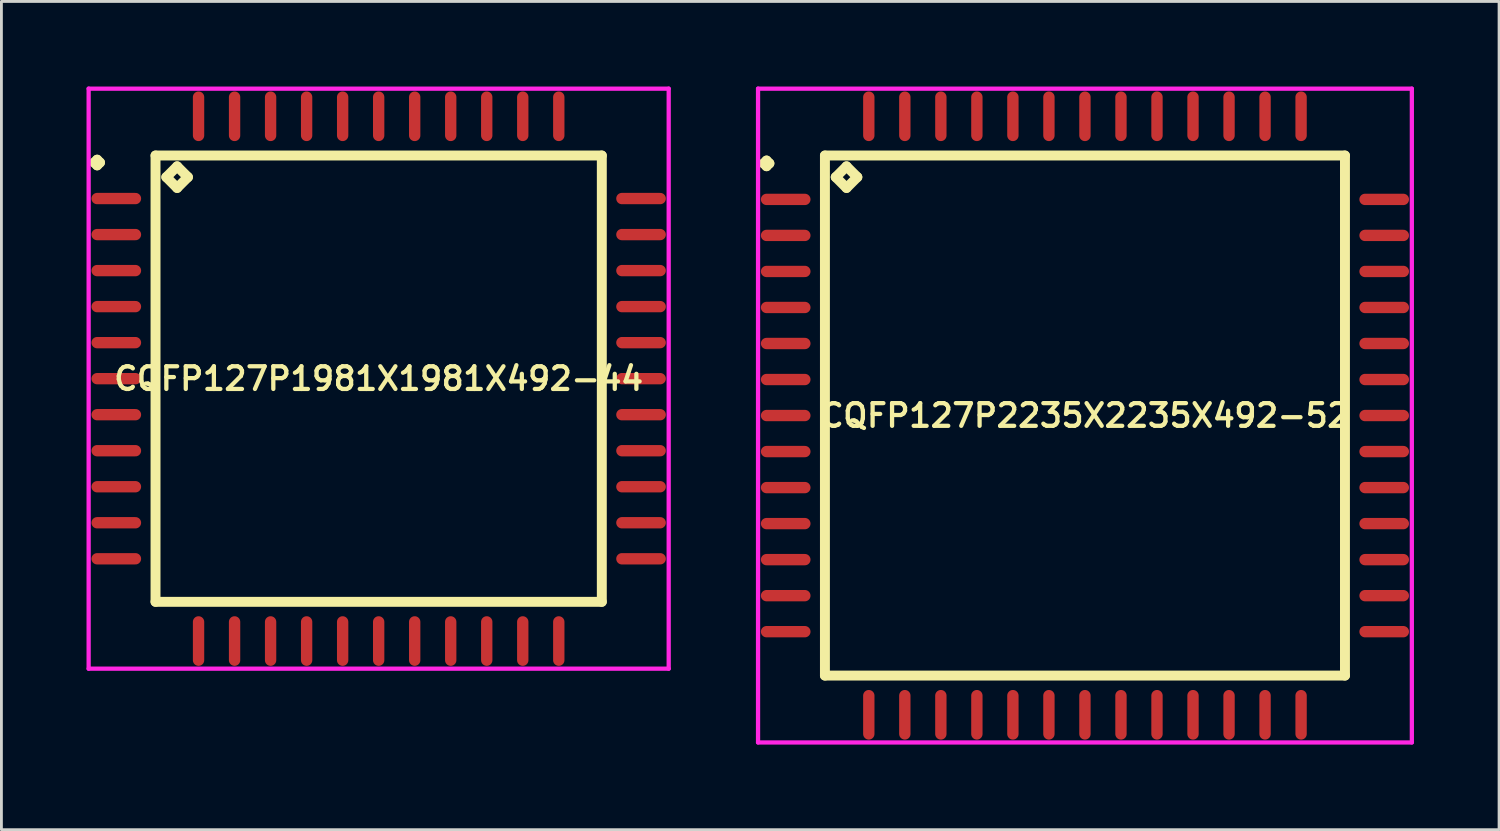
<source format=kicad_pcb>
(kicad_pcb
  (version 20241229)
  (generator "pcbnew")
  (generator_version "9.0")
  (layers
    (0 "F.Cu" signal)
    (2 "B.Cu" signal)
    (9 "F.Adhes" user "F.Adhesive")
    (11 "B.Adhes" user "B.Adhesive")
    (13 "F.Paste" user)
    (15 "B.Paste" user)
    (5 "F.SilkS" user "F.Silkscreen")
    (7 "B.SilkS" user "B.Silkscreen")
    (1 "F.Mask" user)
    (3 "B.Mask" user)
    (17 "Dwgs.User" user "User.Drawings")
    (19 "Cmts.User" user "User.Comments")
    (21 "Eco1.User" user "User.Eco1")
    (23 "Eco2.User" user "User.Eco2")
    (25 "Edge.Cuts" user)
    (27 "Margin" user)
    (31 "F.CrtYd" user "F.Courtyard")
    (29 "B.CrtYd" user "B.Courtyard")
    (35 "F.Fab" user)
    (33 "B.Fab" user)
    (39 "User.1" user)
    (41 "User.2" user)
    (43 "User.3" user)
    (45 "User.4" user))
  (footprint "CQFP127P2235X2235X492-52"
    (layer "F.Cu")
    (at 35.2 11.6)
    (property "Reference" "CQFP127P2235X2235X492-52" (at 0 0 0) (layer "F.SilkS") (effects (font (size 0.8 0.8) (thickness 0.15))))
    (attr smd)
    (fp_line (start -11.325 -8.89) (end -11.225 -8.99) (stroke (width 0.35) (type solid)) (layer "F.SilkS"))
    (fp_line (start -11.225 -8.99) (end -11.125 -8.89) (stroke (width 0.35) (type solid)) (layer "F.SilkS"))
    (fp_line (start -11.225 -8.79) (end -11.325 -8.89) (stroke (width 0.35) (type solid)) (layer "F.SilkS"))
    (fp_line (start -11.125 -8.89) (end -11.225 -8.79) (stroke (width 0.35) (type solid)) (layer "F.SilkS"))
    (fp_line (start -9.167 -9.167) (end -9.167 9.167) (stroke (width 0.35) (type solid)) (layer "F.SilkS"))
    (fp_line (start -9.167 9.167) (end 9.167 9.167) (stroke (width 0.35) (type solid)) (layer "F.SilkS"))
    (fp_line (start -8.786 -8.405) (end -8.405 -8.786) (stroke (width 0.35) (type solid)) (layer "F.SilkS"))
    (fp_line (start -8.405 -8.786) (end -8.024 -8.405) (stroke (width 0.35) (type solid)) (layer "F.SilkS"))
    (fp_line (start -8.405 -8.024) (end -8.786 -8.405) (stroke (width 0.35) (type solid)) (layer "F.SilkS"))
    (fp_line (start -8.024 -8.405) (end -8.405 -8.024) (stroke (width 0.35) (type solid)) (layer "F.SilkS"))
    (fp_line (start 9.167 -9.167) (end -9.167 -9.167) (stroke (width 0.35) (type solid)) (layer "F.SilkS"))
    (fp_line (start 9.167 9.167) (end 9.167 -9.167) (stroke (width 0.35) (type solid)) (layer "F.SilkS"))
    (fp_line (start -11.525 -11.525) (end 11.525 -11.525) (stroke (width 0.15) (type solid)) (layer "F.CrtYd"))
    (fp_line (start -11.525 11.525) (end -11.525 -11.525) (stroke (width 0.15) (type solid)) (layer "F.CrtYd"))
    (fp_line (start 11.525 -11.525) (end 11.525 11.525) (stroke (width 0.15) (type solid)) (layer "F.CrtYd"))
    (fp_line (start 11.525 11.525) (end -11.525 11.525) (stroke (width 0.15) (type solid)) (layer "F.CrtYd"))
    (pad "1" smd oval (at -10.55 -7.62) (size 1.75 0.4) (layers "F.Cu" "F.Mask" "F.Paste"))
    (pad "2" smd oval (at -10.55 -6.35) (size 1.75 0.4) (layers "F.Cu" "F.Mask" "F.Paste"))
    (pad "3" smd oval (at -10.55 -5.08) (size 1.75 0.4) (layers "F.Cu" "F.Mask" "F.Paste"))
    (pad "4" smd oval (at -10.55 -3.81) (size 1.75 0.4) (layers "F.Cu" "F.Mask" "F.Paste"))
    (pad "5" smd oval (at -10.55 -2.54) (size 1.75 0.4) (layers "F.Cu" "F.Mask" "F.Paste"))
    (pad "6" smd oval (at -10.55 -1.27) (size 1.75 0.4) (layers "F.Cu" "F.Mask" "F.Paste"))
    (pad "7" smd oval (at -10.55 0) (size 1.75 0.4) (layers "F.Cu" "F.Mask" "F.Paste"))
    (pad "8" smd oval (at -10.55 1.27) (size 1.75 0.4) (layers "F.Cu" "F.Mask" "F.Paste"))
    (pad "9" smd oval (at -10.55 2.54) (size 1.75 0.4) (layers "F.Cu" "F.Mask" "F.Paste"))
    (pad "10" smd oval (at -10.55 3.81) (size 1.75 0.4) (layers "F.Cu" "F.Mask" "F.Paste"))
    (pad "11" smd oval (at -10.55 5.08) (size 1.75 0.4) (layers "F.Cu" "F.Mask" "F.Paste"))
    (pad "12" smd oval (at -10.55 6.35) (size 1.75 0.4) (layers "F.Cu" "F.Mask" "F.Paste"))
    (pad "13" smd oval (at -10.55 7.62) (size 1.75 0.4) (layers "F.Cu" "F.Mask" "F.Paste"))
    (pad "14" smd oval (at -7.62 10.55) (size 0.4 1.75) (layers "F.Cu" "F.Mask" "F.Paste"))
    (pad "15" smd oval (at -6.35 10.55) (size 0.4 1.75) (layers "F.Cu" "F.Mask" "F.Paste"))
    (pad "16" smd oval (at -5.08 10.55) (size 0.4 1.75) (layers "F.Cu" "F.Mask" "F.Paste"))
    (pad "17" smd oval (at -3.81 10.55) (size 0.4 1.75) (layers "F.Cu" "F.Mask" "F.Paste"))
    (pad "18" smd oval (at -2.54 10.55) (size 0.4 1.75) (layers "F.Cu" "F.Mask" "F.Paste"))
    (pad "19" smd oval (at -1.27 10.55) (size 0.4 1.75) (layers "F.Cu" "F.Mask" "F.Paste"))
    (pad "20" smd oval (at 0 10.55) (size 0.4 1.75) (layers "F.Cu" "F.Mask" "F.Paste"))
    (pad "21" smd oval (at 1.27 10.55) (size 0.4 1.75) (layers "F.Cu" "F.Mask" "F.Paste"))
    (pad "22" smd oval (at 2.54 10.55) (size 0.4 1.75) (layers "F.Cu" "F.Mask" "F.Paste"))
    (pad "23" smd oval (at 3.81 10.55) (size 0.4 1.75) (layers "F.Cu" "F.Mask" "F.Paste"))
    (pad "24" smd oval (at 5.08 10.55) (size 0.4 1.75) (layers "F.Cu" "F.Mask" "F.Paste"))
    (pad "25" smd oval (at 6.35 10.55) (size 0.4 1.75) (layers "F.Cu" "F.Mask" "F.Paste"))
    (pad "26" smd oval (at 7.62 10.55) (size 0.4 1.75) (layers "F.Cu" "F.Mask" "F.Paste"))
    (pad "27" smd oval (at 10.55 7.62) (size 1.75 0.4) (layers "F.Cu" "F.Mask" "F.Paste"))
    (pad "28" smd oval (at 10.55 6.35) (size 1.75 0.4) (layers "F.Cu" "F.Mask" "F.Paste"))
    (pad "29" smd oval (at 10.55 5.08) (size 1.75 0.4) (layers "F.Cu" "F.Mask" "F.Paste"))
    (pad "30" smd oval (at 10.55 3.81) (size 1.75 0.4) (layers "F.Cu" "F.Mask" "F.Paste"))
    (pad "31" smd oval (at 10.55 2.54) (size 1.75 0.4) (layers "F.Cu" "F.Mask" "F.Paste"))
    (pad "32" smd oval (at 10.55 1.27) (size 1.75 0.4) (layers "F.Cu" "F.Mask" "F.Paste"))
    (pad "33" smd oval (at 10.55 0) (size 1.75 0.4) (layers "F.Cu" "F.Mask" "F.Paste"))
    (pad "34" smd oval (at 10.55 -1.27) (size 1.75 0.4) (layers "F.Cu" "F.Mask" "F.Paste"))
    (pad "35" smd oval (at 10.55 -2.54) (size 1.75 0.4) (layers "F.Cu" "F.Mask" "F.Paste"))
    (pad "36" smd oval (at 10.55 -3.81) (size 1.75 0.4) (layers "F.Cu" "F.Mask" "F.Paste"))
    (pad "37" smd oval (at 10.55 -5.08) (size 1.75 0.4) (layers "F.Cu" "F.Mask" "F.Paste"))
    (pad "38" smd oval (at 10.55 -6.35) (size 1.75 0.4) (layers "F.Cu" "F.Mask" "F.Paste"))
    (pad "39" smd oval (at 10.55 -7.62) (size 1.75 0.4) (layers "F.Cu" "F.Mask" "F.Paste"))
    (pad "40" smd oval (at 7.62 -10.55) (size 0.4 1.75) (layers "F.Cu" "F.Mask" "F.Paste"))
    (pad "41" smd oval (at 6.35 -10.55) (size 0.4 1.75) (layers "F.Cu" "F.Mask" "F.Paste"))
    (pad "42" smd oval (at 5.08 -10.55) (size 0.4 1.75) (layers "F.Cu" "F.Mask" "F.Paste"))
    (pad "43" smd oval (at 3.81 -10.55) (size 0.4 1.75) (layers "F.Cu" "F.Mask" "F.Paste"))
    (pad "44" smd oval (at 2.54 -10.55) (size 0.4 1.75) (layers "F.Cu" "F.Mask" "F.Paste"))
    (pad "45" smd oval (at 1.27 -10.55) (size 0.4 1.75) (layers "F.Cu" "F.Mask" "F.Paste"))
    (pad "46" smd oval (at 0 -10.55) (size 0.4 1.75) (layers "F.Cu" "F.Mask" "F.Paste"))
    (pad "47" smd oval (at -1.27 -10.55) (size 0.4 1.75) (layers "F.Cu" "F.Mask" "F.Paste"))
    (pad "48" smd oval (at -2.54 -10.55) (size 0.4 1.75) (layers "F.Cu" "F.Mask" "F.Paste"))
    (pad "49" smd oval (at -3.81 -10.55) (size 0.4 1.75) (layers "F.Cu" "F.Mask" "F.Paste"))
    (pad "50" smd oval (at -5.08 -10.55) (size 0.4 1.75) (layers "F.Cu" "F.Mask" "F.Paste"))
    (pad "51" smd oval (at -6.35 -10.55) (size 0.4 1.75) (layers "F.Cu" "F.Mask" "F.Paste"))
    (pad "52" smd oval (at -7.62 -10.55) (size 0.4 1.75) (layers "F.Cu" "F.Mask" "F.Paste")))
  (footprint "CQFP127P1981X1981X492-44"
    (layer "F.Cu")
    (at 10.3 10.3)
    (property "Reference" "CQFP127P1981X1981X492-44" (at 0 0 0) (layer "F.SilkS") (effects (font (size 0.8 0.8) (thickness 0.15))))
    (attr smd)
    (fp_line (start -10.025 -7.62) (end -9.925 -7.72) (stroke (width 0.35) (type solid)) (layer "F.SilkS"))
    (fp_line (start -9.925 -7.72) (end -9.825 -7.62) (stroke (width 0.35) (type solid)) (layer "F.SilkS"))
    (fp_line (start -9.925 -7.52) (end -10.025 -7.62) (stroke (width 0.35) (type solid)) (layer "F.SilkS"))
    (fp_line (start -9.825 -7.62) (end -9.925 -7.52) (stroke (width 0.35) (type solid)) (layer "F.SilkS"))
    (fp_line (start -7.867 -7.867) (end -7.867 7.867) (stroke (width 0.35) (type solid)) (layer "F.SilkS"))
    (fp_line (start -7.867 7.867) (end 7.867 7.867) (stroke (width 0.35) (type solid)) (layer "F.SilkS"))
    (fp_line (start -7.486 -7.105) (end -7.105 -7.486) (stroke (width 0.35) (type solid)) (layer "F.SilkS"))
    (fp_line (start -7.105 -7.486) (end -6.724 -7.105) (stroke (width 0.35) (type solid)) (layer "F.SilkS"))
    (fp_line (start -7.105 -6.724) (end -7.486 -7.105) (stroke (width 0.35) (type solid)) (layer "F.SilkS"))
    (fp_line (start -6.724 -7.105) (end -7.105 -6.724) (stroke (width 0.35) (type solid)) (layer "F.SilkS"))
    (fp_line (start 7.867 -7.867) (end -7.867 -7.867) (stroke (width 0.35) (type solid)) (layer "F.SilkS"))
    (fp_line (start 7.867 7.867) (end 7.867 -7.867) (stroke (width 0.35) (type solid)) (layer "F.SilkS"))
    (fp_line (start -10.225 -10.225) (end 10.225 -10.225) (stroke (width 0.15) (type solid)) (layer "F.CrtYd"))
    (fp_line (start -10.225 10.225) (end -10.225 -10.225) (stroke (width 0.15) (type solid)) (layer "F.CrtYd"))
    (fp_line (start 10.225 -10.225) (end 10.225 10.225) (stroke (width 0.15) (type solid)) (layer "F.CrtYd"))
    (fp_line (start 10.225 10.225) (end -10.225 10.225) (stroke (width 0.15) (type solid)) (layer "F.CrtYd"))
    (pad "1" smd oval (at -9.25 -6.35) (size 1.75 0.4) (layers "F.Cu" "F.Mask" "F.Paste"))
    (pad "2" smd oval (at -9.25 -5.08) (size 1.75 0.4) (layers "F.Cu" "F.Mask" "F.Paste"))
    (pad "3" smd oval (at -9.25 -3.81) (size 1.75 0.4) (layers "F.Cu" "F.Mask" "F.Paste"))
    (pad "4" smd oval (at -9.25 -2.54) (size 1.75 0.4) (layers "F.Cu" "F.Mask" "F.Paste"))
    (pad "5" smd oval (at -9.25 -1.27) (size 1.75 0.4) (layers "F.Cu" "F.Mask" "F.Paste"))
    (pad "6" smd oval (at -9.25 0) (size 1.75 0.4) (layers "F.Cu" "F.Mask" "F.Paste"))
    (pad "7" smd oval (at -9.25 1.27) (size 1.75 0.4) (layers "F.Cu" "F.Mask" "F.Paste"))
    (pad "8" smd oval (at -9.25 2.54) (size 1.75 0.4) (layers "F.Cu" "F.Mask" "F.Paste"))
    (pad "9" smd oval (at -9.25 3.81) (size 1.75 0.4) (layers "F.Cu" "F.Mask" "F.Paste"))
    (pad "10" smd oval (at -9.25 5.08) (size 1.75 0.4) (layers "F.Cu" "F.Mask" "F.Paste"))
    (pad "11" smd oval (at -9.25 6.35) (size 1.75 0.4) (layers "F.Cu" "F.Mask" "F.Paste"))
    (pad "12" smd oval (at -6.35 9.25) (size 0.4 1.75) (layers "F.Cu" "F.Mask" "F.Paste"))
    (pad "13" smd oval (at -5.08 9.25) (size 0.4 1.75) (layers "F.Cu" "F.Mask" "F.Paste"))
    (pad "14" smd oval (at -3.81 9.25) (size 0.4 1.75) (layers "F.Cu" "F.Mask" "F.Paste"))
    (pad "15" smd oval (at -2.54 9.25) (size 0.4 1.75) (layers "F.Cu" "F.Mask" "F.Paste"))
    (pad "16" smd oval (at -1.27 9.25) (size 0.4 1.75) (layers "F.Cu" "F.Mask" "F.Paste"))
    (pad "17" smd oval (at 0 9.25) (size 0.4 1.75) (layers "F.Cu" "F.Mask" "F.Paste"))
    (pad "18" smd oval (at 1.27 9.25) (size 0.4 1.75) (layers "F.Cu" "F.Mask" "F.Paste"))
    (pad "19" smd oval (at 2.54 9.25) (size 0.4 1.75) (layers "F.Cu" "F.Mask" "F.Paste"))
    (pad "20" smd oval (at 3.81 9.25) (size 0.4 1.75) (layers "F.Cu" "F.Mask" "F.Paste"))
    (pad "21" smd oval (at 5.08 9.25) (size 0.4 1.75) (layers "F.Cu" "F.Mask" "F.Paste"))
    (pad "22" smd oval (at 6.35 9.25) (size 0.4 1.75) (layers "F.Cu" "F.Mask" "F.Paste"))
    (pad "23" smd oval (at 9.25 6.35) (size 1.75 0.4) (layers "F.Cu" "F.Mask" "F.Paste"))
    (pad "24" smd oval (at 9.25 5.08) (size 1.75 0.4) (layers "F.Cu" "F.Mask" "F.Paste"))
    (pad "25" smd oval (at 9.25 3.81) (size 1.75 0.4) (layers "F.Cu" "F.Mask" "F.Paste"))
    (pad "26" smd oval (at 9.25 2.54) (size 1.75 0.4) (layers "F.Cu" "F.Mask" "F.Paste"))
    (pad "27" smd oval (at 9.25 1.27) (size 1.75 0.4) (layers "F.Cu" "F.Mask" "F.Paste"))
    (pad "28" smd oval (at 9.25 0) (size 1.75 0.4) (layers "F.Cu" "F.Mask" "F.Paste"))
    (pad "29" smd oval (at 9.25 -1.27) (size 1.75 0.4) (layers "F.Cu" "F.Mask" "F.Paste"))
    (pad "30" smd oval (at 9.25 -2.54) (size 1.75 0.4) (layers "F.Cu" "F.Mask" "F.Paste"))
    (pad "31" smd oval (at 9.25 -3.81) (size 1.75 0.4) (layers "F.Cu" "F.Mask" "F.Paste"))
    (pad "32" smd oval (at 9.25 -5.08) (size 1.75 0.4) (layers "F.Cu" "F.Mask" "F.Paste"))
    (pad "33" smd oval (at 9.25 -6.35) (size 1.75 0.4) (layers "F.Cu" "F.Mask" "F.Paste"))
    (pad "34" smd oval (at 6.35 -9.25) (size 0.4 1.75) (layers "F.Cu" "F.Mask" "F.Paste"))
    (pad "35" smd oval (at 5.08 -9.25) (size 0.4 1.75) (layers "F.Cu" "F.Mask" "F.Paste"))
    (pad "36" smd oval (at 3.81 -9.25) (size 0.4 1.75) (layers "F.Cu" "F.Mask" "F.Paste"))
    (pad "37" smd oval (at 2.54 -9.25) (size 0.4 1.75) (layers "F.Cu" "F.Mask" "F.Paste"))
    (pad "38" smd oval (at 1.27 -9.25) (size 0.4 1.75) (layers "F.Cu" "F.Mask" "F.Paste"))
    (pad "39" smd oval (at 0 -9.25) (size 0.4 1.75) (layers "F.Cu" "F.Mask" "F.Paste"))
    (pad "40" smd oval (at -1.27 -9.25) (size 0.4 1.75) (layers "F.Cu" "F.Mask" "F.Paste"))
    (pad "41" smd oval (at -2.54 -9.25) (size 0.4 1.75) (layers "F.Cu" "F.Mask" "F.Paste"))
    (pad "42" smd oval (at -3.81 -9.25) (size 0.4 1.75) (layers "F.Cu" "F.Mask" "F.Paste"))
    (pad "43" smd oval (at -5.08 -9.25) (size 0.4 1.75) (layers "F.Cu" "F.Mask" "F.Paste"))
    (pad "44" smd oval (at -6.35 -9.25) (size 0.4 1.75) (layers "F.Cu" "F.Mask" "F.Paste")))
  (gr_rect
    (start -3 -3)
    (end 49.8 26.2)
    (stroke (width 0.1) (type default))
    (fill no)
    (layer "Edge.Cuts")))
</source>
